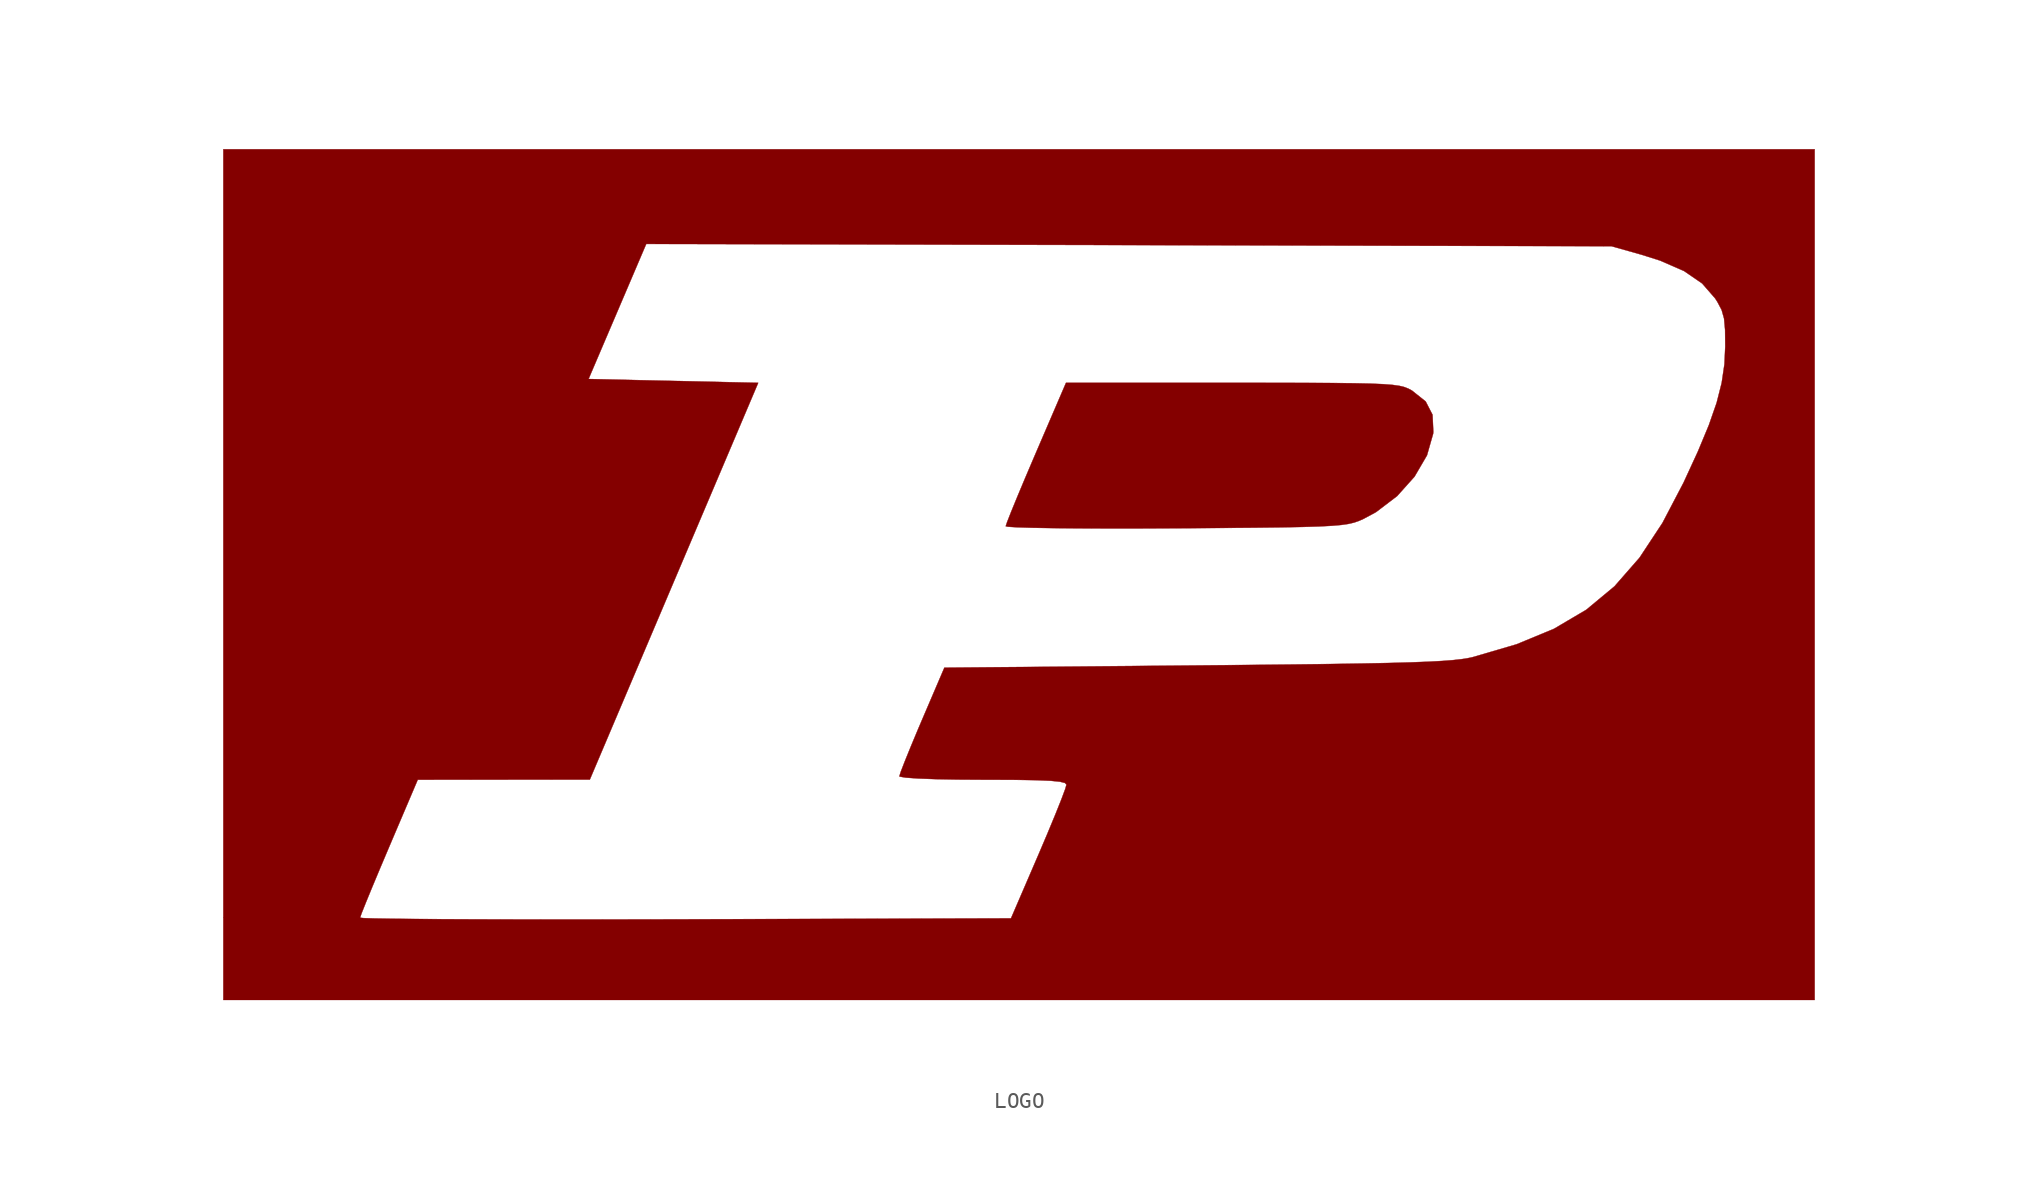
<source format=kicad_sym>
(kicad_symbol_lib
  (version 20220914)
  (generator "bitmap2component")
  (generator_version "8.0")
  (symbol "LOGO"
    (pin_names
      (offset 1.016))
    (property "Reference" "#G"
      (at 0 25.952 0)
      (effects (font (size 1.27 1.27)) hide))
    (symbol "LOGO_0_0"
      (polyline (pts (xy 49.85 0) (xy 49.85 26.587) (xy 0.119 26.587) (xy -49.613 26.587) (xy -49.613 0) (xy -49.613 -21.446) (xy -41.067 -21.446) (xy -41.066 -21.439) (xy -40.961 -21.142) (xy -40.699 -20.485) (xy -40.31 -19.538) (xy -39.822 -18.371) (xy -39.264 -17.053) (xy -37.461 -12.819) (xy -32.083 -12.814) (xy -26.706 -12.81) (xy -21.443 -0.411) (xy -16.181 11.988) (xy -21.483 12.107) (xy -26.786 12.225) (xy -24.983 16.447) (xy -23.18 20.668) (xy 6.985 20.597) (xy 37.151 20.526) (xy 39.029 19.996) (xy 40.19 19.628) (xy 41.69 18.973) (xy 42.815 18.2) (xy 43.624 17.273) (xy 43.766 17.053) (xy 44.035 16.545) (xy 44.186 16.009) (xy 44.251 15.297) (xy 44.261 14.259) (xy 44.21 13.151) (xy 44.038 11.983) (xy 43.723 10.742) (xy 43.237 9.345) (xy 42.556 7.708) (xy 41.654 5.749) (xy 40.333 3.225) (xy 38.905 1.061) (xy 37.34 -0.729) (xy 35.576 -2.195) (xy 33.553 -3.388) (xy 31.21 -4.357) (xy 28.486 -5.154) (xy 28.256 -5.206) (xy 27.828 -5.277) (xy 27.282 -5.34) (xy 26.583 -5.395) (xy 25.696 -5.443) (xy 24.584 -5.485) (xy 23.212 -5.523) (xy 21.544 -5.556) (xy 19.545 -5.588) (xy 17.178 -5.617) (xy 14.408 -5.646) (xy 11.198 -5.676) (xy -4.546 -5.816) (xy -5.952 -9.101) (xy -6.196 -9.673) (xy -6.655 -10.773) (xy -7.024 -11.682) (xy -7.27 -12.319) (xy -7.359 -12.603) (xy -7.333 -12.625) (xy -6.962 -12.688) (xy -6.197 -12.742) (xy -5.097 -12.783) (xy -3.723 -12.809) (xy -2.136 -12.819) (xy -1.72 -12.819) (xy -0.046 -12.827) (xy 1.213 -12.848) (xy 2.106 -12.886) (xy 2.683 -12.944) (xy 2.994 -13.024) (xy 3.086 -13.129) (xy 3.003 -13.415) (xy 2.759 -14.068) (xy 2.382 -15.01) (xy 1.903 -16.166) (xy 1.352 -17.461) (xy -0.382 -21.483) (xy -20.725 -21.544) (xy -23.051 -21.55) (xy -26.011 -21.554) (xy -28.805 -21.555) (xy -31.398 -21.552) (xy -33.758 -21.546) (xy -35.848 -21.536) (xy -37.635 -21.523) (xy -39.085 -21.508) (xy -40.163 -21.49) (xy -40.836 -21.469) (xy -41.067 -21.446) (xy -49.613 -21.446) (xy -49.613 -26.587) (xy 0.119 -26.587) (xy 49.85 -26.587) (xy 49.85 0)) (stroke (width 0.01) (type default)) (fill (type outline)))
      (polyline (pts (xy 7.716 2.886) (xy 9.911 2.897) (xy 10.391 2.9) (xy 12.839 2.917) (xy 14.866 2.935) (xy 16.516 2.955) (xy 17.836 2.98) (xy 18.871 3.012) (xy 19.666 3.053) (xy 20.267 3.105) (xy 20.718 3.171) (xy 21.066 3.254) (xy 21.355 3.354) (xy 21.631 3.475) (xy 22.433 3.906) (xy 23.755 4.912) (xy 24.842 6.127) (xy 25.618 7.455) (xy 26.002 8.802) (xy 26.015 8.92) (xy 25.965 9.993) (xy 25.537 10.822) (xy 24.687 11.5) (xy 24.671 11.509) (xy 24.457 11.625) (xy 24.216 11.72) (xy 23.903 11.797) (xy 23.475 11.858) (xy 22.885 11.904) (xy 22.09 11.938) (xy 21.044 11.961) (xy 19.702 11.976) (xy 18.02 11.984) (xy 15.953 11.987) (xy 13.456 11.988) (xy 3.056 11.988) (xy 1.172 7.605) (xy 1.061 7.346) (xy 0.498 6.025) (xy 0.011 4.863) (xy -0.372 3.929) (xy -0.622 3.293) (xy -0.712 3.024) (xy -0.574 2.993) (xy -0.01 2.958) (xy 0.944 2.929) (xy 2.241 2.907) (xy 3.834 2.892) (xy 5.675 2.885) (xy 7.716 2.886)) (stroke (width 0.01) (type default)) (fill (type outline))))))
</source>
